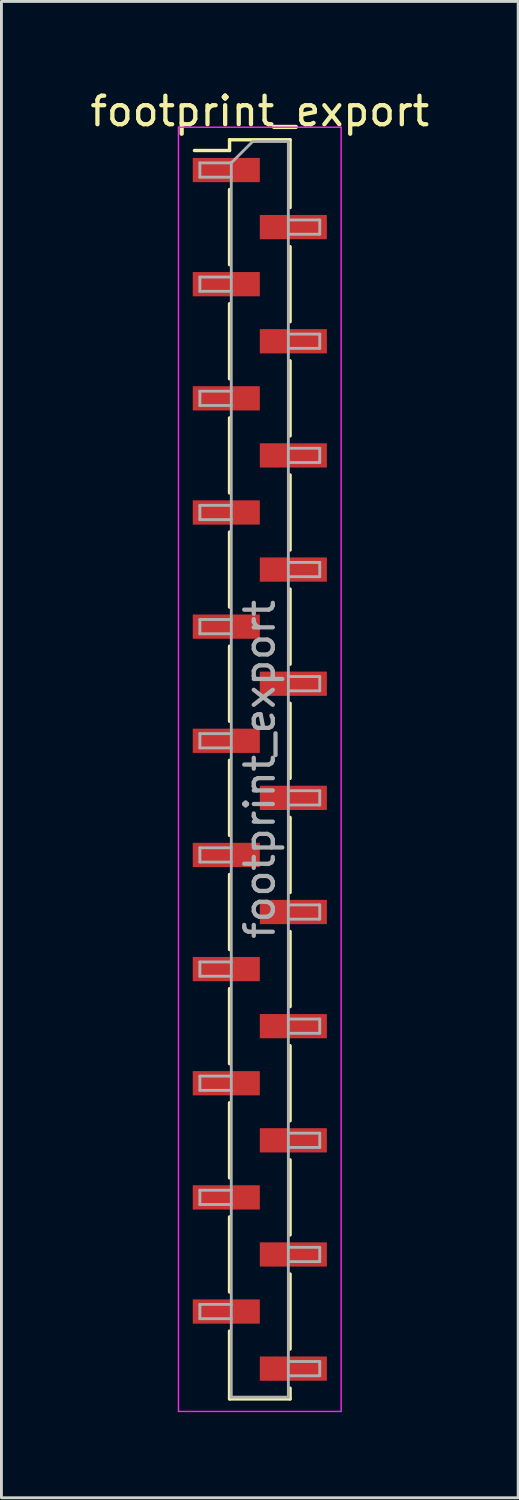
<source format=kicad_pcb>
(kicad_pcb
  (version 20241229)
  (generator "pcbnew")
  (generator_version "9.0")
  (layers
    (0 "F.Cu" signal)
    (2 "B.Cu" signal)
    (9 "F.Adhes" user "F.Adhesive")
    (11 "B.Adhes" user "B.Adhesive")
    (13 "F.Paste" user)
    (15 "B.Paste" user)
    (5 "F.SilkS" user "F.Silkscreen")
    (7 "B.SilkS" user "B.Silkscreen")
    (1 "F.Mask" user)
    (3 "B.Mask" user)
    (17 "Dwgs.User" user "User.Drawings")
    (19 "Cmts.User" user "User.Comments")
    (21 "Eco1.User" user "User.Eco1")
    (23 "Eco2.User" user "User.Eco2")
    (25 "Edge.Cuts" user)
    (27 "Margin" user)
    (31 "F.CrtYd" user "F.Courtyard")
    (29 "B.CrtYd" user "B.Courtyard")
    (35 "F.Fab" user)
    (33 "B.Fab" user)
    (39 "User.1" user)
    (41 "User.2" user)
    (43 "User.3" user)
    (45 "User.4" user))
  (footprint "footprint_export"
    (layer "F.Cu")
    (at 6.054 23.908)
    (property "Reference" "footprint_export" (at 0 -23.06 0) (layer "F.SilkS") (effects (font (size 1 1) (thickness 0.15))))
    (attr smd)
    (fp_line (start -1.06 -22.06) (end -1.06 -21.685) (stroke (width 0.12) (type solid)) (layer "F.SilkS"))
    (fp_line (start -1.06 -22.06) (end 1.06 -22.06) (stroke (width 0.12) (type solid)) (layer "F.SilkS"))
    (fp_line (start -1.06 -21.685) (end -2.29 -21.685) (stroke (width 0.12) (type solid)) (layer "F.SilkS"))
    (fp_line (start -1.06 -20.315) (end -1.06 -17.685) (stroke (width 0.12) (type solid)) (layer "F.SilkS"))
    (fp_line (start -1.06 -16.315) (end -1.06 -13.685) (stroke (width 0.12) (type solid)) (layer "F.SilkS"))
    (fp_line (start -1.06 -12.315) (end -1.06 -9.685) (stroke (width 0.12) (type solid)) (layer "F.SilkS"))
    (fp_line (start -1.06 -8.315) (end -1.06 -5.685) (stroke (width 0.12) (type solid)) (layer "F.SilkS"))
    (fp_line (start -1.06 -4.315) (end -1.06 -1.685) (stroke (width 0.12) (type solid)) (layer "F.SilkS"))
    (fp_line (start -1.06 -0.315) (end -1.06 2.315) (stroke (width 0.12) (type solid)) (layer "F.SilkS"))
    (fp_line (start -1.06 3.685) (end -1.06 6.315) (stroke (width 0.12) (type solid)) (layer "F.SilkS"))
    (fp_line (start -1.06 7.685) (end -1.06 10.315) (stroke (width 0.12) (type solid)) (layer "F.SilkS"))
    (fp_line (start -1.06 11.685) (end -1.06 14.315) (stroke (width 0.12) (type solid)) (layer "F.SilkS"))
    (fp_line (start -1.06 15.685) (end -1.06 18.315) (stroke (width 0.12) (type solid)) (layer "F.SilkS"))
    (fp_line (start -1.06 19.685) (end -1.06 22.06) (stroke (width 0.12) (type solid)) (layer "F.SilkS"))
    (fp_line (start -1.06 22.06) (end 1.06 22.06) (stroke (width 0.12) (type solid)) (layer "F.SilkS"))
    (fp_line (start 1.06 -22.06) (end 1.06 -19.685) (stroke (width 0.12) (type solid)) (layer "F.SilkS"))
    (fp_line (start 1.06 -18.315) (end 1.06 -15.685) (stroke (width 0.12) (type solid)) (layer "F.SilkS"))
    (fp_line (start 1.06 -14.315) (end 1.06 -11.685) (stroke (width 0.12) (type solid)) (layer "F.SilkS"))
    (fp_line (start 1.06 -10.315) (end 1.06 -7.685) (stroke (width 0.12) (type solid)) (layer "F.SilkS"))
    (fp_line (start 1.06 -6.315) (end 1.06 -3.685) (stroke (width 0.12) (type solid)) (layer "F.SilkS"))
    (fp_line (start 1.06 -2.315) (end 1.06 0.315) (stroke (width 0.12) (type solid)) (layer "F.SilkS"))
    (fp_line (start 1.06 1.685) (end 1.06 4.315) (stroke (width 0.12) (type solid)) (layer "F.SilkS"))
    (fp_line (start 1.06 5.685) (end 1.06 8.315) (stroke (width 0.12) (type solid)) (layer "F.SilkS"))
    (fp_line (start 1.06 9.685) (end 1.06 12.315) (stroke (width 0.12) (type solid)) (layer "F.SilkS"))
    (fp_line (start 1.06 13.685) (end 1.06 16.315) (stroke (width 0.12) (type solid)) (layer "F.SilkS"))
    (fp_line (start 1.06 17.685) (end 1.06 20.315) (stroke (width 0.12) (type solid)) (layer "F.SilkS"))
    (fp_line (start 1.06 21.685) (end 1.06 22.06) (stroke (width 0.12) (type solid)) (layer "F.SilkS"))
    (fp_line (start -2.85 -22.5) (end -2.85 22.5) (stroke (width 0.05) (type solid)) (layer "F.CrtYd"))
    (fp_line (start -2.85 22.5) (end 2.85 22.5) (stroke (width 0.05) (type solid)) (layer "F.CrtYd"))
    (fp_line (start 2.85 -22.5) (end -2.85 -22.5) (stroke (width 0.05) (type solid)) (layer "F.CrtYd"))
    (fp_line (start 2.85 22.5) (end 2.85 -22.5) (stroke (width 0.05) (type solid)) (layer "F.CrtYd"))
    (fp_line (start -2.1 -21.25) (end -2.1 -20.75) (stroke (width 0.1) (type solid)) (layer "F.Fab"))
    (fp_line (start -2.1 -20.75) (end -1 -20.75) (stroke (width 0.1) (type solid)) (layer "F.Fab"))
    (fp_line (start -2.1 -17.25) (end -2.1 -16.75) (stroke (width 0.1) (type solid)) (layer "F.Fab"))
    (fp_line (start -2.1 -16.75) (end -1 -16.75) (stroke (width 0.1) (type solid)) (layer "F.Fab"))
    (fp_line (start -2.1 -13.25) (end -2.1 -12.75) (stroke (width 0.1) (type solid)) (layer "F.Fab"))
    (fp_line (start -2.1 -12.75) (end -1 -12.75) (stroke (width 0.1) (type solid)) (layer "F.Fab"))
    (fp_line (start -2.1 -9.25) (end -2.1 -8.75) (stroke (width 0.1) (type solid)) (layer "F.Fab"))
    (fp_line (start -2.1 -8.75) (end -1 -8.75) (stroke (width 0.1) (type solid)) (layer "F.Fab"))
    (fp_line (start -2.1 -5.25) (end -2.1 -4.75) (stroke (width 0.1) (type solid)) (layer "F.Fab"))
    (fp_line (start -2.1 -4.75) (end -1 -4.75) (stroke (width 0.1) (type solid)) (layer "F.Fab"))
    (fp_line (start -2.1 -1.25) (end -2.1 -0.75) (stroke (width 0.1) (type solid)) (layer "F.Fab"))
    (fp_line (start -2.1 -0.75) (end -1 -0.75) (stroke (width 0.1) (type solid)) (layer "F.Fab"))
    (fp_line (start -2.1 2.75) (end -2.1 3.25) (stroke (width 0.1) (type solid)) (layer "F.Fab"))
    (fp_line (start -2.1 3.25) (end -1 3.25) (stroke (width 0.1) (type solid)) (layer "F.Fab"))
    (fp_line (start -2.1 6.75) (end -2.1 7.25) (stroke (width 0.1) (type solid)) (layer "F.Fab"))
    (fp_line (start -2.1 7.25) (end -1 7.25) (stroke (width 0.1) (type solid)) (layer "F.Fab"))
    (fp_line (start -2.1 10.75) (end -2.1 11.25) (stroke (width 0.1) (type solid)) (layer "F.Fab"))
    (fp_line (start -2.1 11.25) (end -1 11.25) (stroke (width 0.1) (type solid)) (layer "F.Fab"))
    (fp_line (start -2.1 14.75) (end -2.1 15.25) (stroke (width 0.1) (type solid)) (layer "F.Fab"))
    (fp_line (start -2.1 15.25) (end -1 15.25) (stroke (width 0.1) (type solid)) (layer "F.Fab"))
    (fp_line (start -2.1 18.75) (end -2.1 19.25) (stroke (width 0.1) (type solid)) (layer "F.Fab"))
    (fp_line (start -2.1 19.25) (end -1 19.25) (stroke (width 0.1) (type solid)) (layer "F.Fab"))
    (fp_line (start -1 -21.25) (end -2.1 -21.25) (stroke (width 0.1) (type solid)) (layer "F.Fab"))
    (fp_line (start -1 -21.25) (end -0.25 -22) (stroke (width 0.1) (type solid)) (layer "F.Fab"))
    (fp_line (start -1 -17.25) (end -2.1 -17.25) (stroke (width 0.1) (type solid)) (layer "F.Fab"))
    (fp_line (start -1 -13.25) (end -2.1 -13.25) (stroke (width 0.1) (type solid)) (layer "F.Fab"))
    (fp_line (start -1 -9.25) (end -2.1 -9.25) (stroke (width 0.1) (type solid)) (layer "F.Fab"))
    (fp_line (start -1 -5.25) (end -2.1 -5.25) (stroke (width 0.1) (type solid)) (layer "F.Fab"))
    (fp_line (start -1 -1.25) (end -2.1 -1.25) (stroke (width 0.1) (type solid)) (layer "F.Fab"))
    (fp_line (start -1 2.75) (end -2.1 2.75) (stroke (width 0.1) (type solid)) (layer "F.Fab"))
    (fp_line (start -1 6.75) (end -2.1 6.75) (stroke (width 0.1) (type solid)) (layer "F.Fab"))
    (fp_line (start -1 10.75) (end -2.1 10.75) (stroke (width 0.1) (type solid)) (layer "F.Fab"))
    (fp_line (start -1 14.75) (end -2.1 14.75) (stroke (width 0.1) (type solid)) (layer "F.Fab"))
    (fp_line (start -1 18.75) (end -2.1 18.75) (stroke (width 0.1) (type solid)) (layer "F.Fab"))
    (fp_line (start -1 22) (end -1 -21.25) (stroke (width 0.1) (type solid)) (layer "F.Fab"))
    (fp_line (start -0.25 -22) (end 1 -22) (stroke (width 0.1) (type solid)) (layer "F.Fab"))
    (fp_line (start 1 -22) (end 1 22) (stroke (width 0.1) (type solid)) (layer "F.Fab"))
    (fp_line (start 1 -19.25) (end 2.1 -19.25) (stroke (width 0.1) (type solid)) (layer "F.Fab"))
    (fp_line (start 1 -15.25) (end 2.1 -15.25) (stroke (width 0.1) (type solid)) (layer "F.Fab"))
    (fp_line (start 1 -11.25) (end 2.1 -11.25) (stroke (width 0.1) (type solid)) (layer "F.Fab"))
    (fp_line (start 1 -7.25) (end 2.1 -7.25) (stroke (width 0.1) (type solid)) (layer "F.Fab"))
    (fp_line (start 1 -3.25) (end 2.1 -3.25) (stroke (width 0.1) (type solid)) (layer "F.Fab"))
    (fp_line (start 1 0.75) (end 2.1 0.75) (stroke (width 0.1) (type solid)) (layer "F.Fab"))
    (fp_line (start 1 4.75) (end 2.1 4.75) (stroke (width 0.1) (type solid)) (layer "F.Fab"))
    (fp_line (start 1 8.75) (end 2.1 8.75) (stroke (width 0.1) (type solid)) (layer "F.Fab"))
    (fp_line (start 1 12.75) (end 2.1 12.75) (stroke (width 0.1) (type solid)) (layer "F.Fab"))
    (fp_line (start 1 16.75) (end 2.1 16.75) (stroke (width 0.1) (type solid)) (layer "F.Fab"))
    (fp_line (start 1 20.75) (end 2.1 20.75) (stroke (width 0.1) (type solid)) (layer "F.Fab"))
    (fp_line (start 1 22) (end -1 22) (stroke (width 0.1) (type solid)) (layer "F.Fab"))
    (fp_line (start 2.1 -19.25) (end 2.1 -18.75) (stroke (width 0.1) (type solid)) (layer "F.Fab"))
    (fp_line (start 2.1 -18.75) (end 1 -18.75) (stroke (width 0.1) (type solid)) (layer "F.Fab"))
    (fp_line (start 2.1 -15.25) (end 2.1 -14.75) (stroke (width 0.1) (type solid)) (layer "F.Fab"))
    (fp_line (start 2.1 -14.75) (end 1 -14.75) (stroke (width 0.1) (type solid)) (layer "F.Fab"))
    (fp_line (start 2.1 -11.25) (end 2.1 -10.75) (stroke (width 0.1) (type solid)) (layer "F.Fab"))
    (fp_line (start 2.1 -10.75) (end 1 -10.75) (stroke (width 0.1) (type solid)) (layer "F.Fab"))
    (fp_line (start 2.1 -7.25) (end 2.1 -6.75) (stroke (width 0.1) (type solid)) (layer "F.Fab"))
    (fp_line (start 2.1 -6.75) (end 1 -6.75) (stroke (width 0.1) (type solid)) (layer "F.Fab"))
    (fp_line (start 2.1 -3.25) (end 2.1 -2.75) (stroke (width 0.1) (type solid)) (layer "F.Fab"))
    (fp_line (start 2.1 -2.75) (end 1 -2.75) (stroke (width 0.1) (type solid)) (layer "F.Fab"))
    (fp_line (start 2.1 0.75) (end 2.1 1.25) (stroke (width 0.1) (type solid)) (layer "F.Fab"))
    (fp_line (start 2.1 1.25) (end 1 1.25) (stroke (width 0.1) (type solid)) (layer "F.Fab"))
    (fp_line (start 2.1 4.75) (end 2.1 5.25) (stroke (width 0.1) (type solid)) (layer "F.Fab"))
    (fp_line (start 2.1 5.25) (end 1 5.25) (stroke (width 0.1) (type solid)) (layer "F.Fab"))
    (fp_line (start 2.1 8.75) (end 2.1 9.25) (stroke (width 0.1) (type solid)) (layer "F.Fab"))
    (fp_line (start 2.1 9.25) (end 1 9.25) (stroke (width 0.1) (type solid)) (layer "F.Fab"))
    (fp_line (start 2.1 12.75) (end 2.1 13.25) (stroke (width 0.1) (type solid)) (layer "F.Fab"))
    (fp_line (start 2.1 13.25) (end 1 13.25) (stroke (width 0.1) (type solid)) (layer "F.Fab"))
    (fp_line (start 2.1 16.75) (end 2.1 17.25) (stroke (width 0.1) (type solid)) (layer "F.Fab"))
    (fp_line (start 2.1 17.25) (end 1 17.25) (stroke (width 0.1) (type solid)) (layer "F.Fab"))
    (fp_line (start 2.1 20.75) (end 2.1 21.25) (stroke (width 0.1) (type solid)) (layer "F.Fab"))
    (fp_line (start 2.1 21.25) (end 1 21.25) (stroke (width 0.1) (type solid)) (layer "F.Fab"))
    (fp_text user "${REFERENCE}" (at 0 0 90) (layer "F.Fab") (effects (font (size 1 1) (thickness 0.15))))
    (pad "1" smd rect (at -1.175 -21) (size 2.35 0.85) (layers "F.Cu" "F.Mask" "F.Paste"))
    (pad "2" smd rect (at 1.175 -19) (size 2.35 0.85) (layers "F.Cu" "F.Mask" "F.Paste"))
    (pad "3" smd rect (at -1.175 -17) (size 2.35 0.85) (layers "F.Cu" "F.Mask" "F.Paste"))
    (pad "4" smd rect (at 1.175 -15) (size 2.35 0.85) (layers "F.Cu" "F.Mask" "F.Paste"))
    (pad "5" smd rect (at -1.175 -13) (size 2.35 0.85) (layers "F.Cu" "F.Mask" "F.Paste"))
    (pad "6" smd rect (at 1.175 -11) (size 2.35 0.85) (layers "F.Cu" "F.Mask" "F.Paste"))
    (pad "7" smd rect (at -1.175 -9) (size 2.35 0.85) (layers "F.Cu" "F.Mask" "F.Paste"))
    (pad "8" smd rect (at 1.175 -7) (size 2.35 0.85) (layers "F.Cu" "F.Mask" "F.Paste"))
    (pad "9" smd rect (at -1.175 -5) (size 2.35 0.85) (layers "F.Cu" "F.Mask" "F.Paste"))
    (pad "10" smd rect (at 1.175 -3) (size 2.35 0.85) (layers "F.Cu" "F.Mask" "F.Paste"))
    (pad "11" smd rect (at -1.175 -1) (size 2.35 0.85) (layers "F.Cu" "F.Mask" "F.Paste"))
    (pad "12" smd rect (at 1.175 1) (size 2.35 0.85) (layers "F.Cu" "F.Mask" "F.Paste"))
    (pad "13" smd rect (at -1.175 3) (size 2.35 0.85) (layers "F.Cu" "F.Mask" "F.Paste"))
    (pad "14" smd rect (at 1.175 5) (size 2.35 0.85) (layers "F.Cu" "F.Mask" "F.Paste"))
    (pad "15" smd rect (at -1.175 7) (size 2.35 0.85) (layers "F.Cu" "F.Mask" "F.Paste"))
    (pad "16" smd rect (at 1.175 9) (size 2.35 0.85) (layers "F.Cu" "F.Mask" "F.Paste"))
    (pad "17" smd rect (at -1.175 11) (size 2.35 0.85) (layers "F.Cu" "F.Mask" "F.Paste"))
    (pad "18" smd rect (at 1.175 13) (size 2.35 0.85) (layers "F.Cu" "F.Mask" "F.Paste"))
    (pad "19" smd rect (at -1.175 15) (size 2.35 0.85) (layers "F.Cu" "F.Mask" "F.Paste"))
    (pad "20" smd rect (at 1.175 17) (size 2.35 0.85) (layers "F.Cu" "F.Mask" "F.Paste"))
    (pad "21" smd rect (at -1.175 19) (size 2.35 0.85) (layers "F.Cu" "F.Mask" "F.Paste"))
    (pad "22" smd rect (at 1.175 21) (size 2.35 0.85) (layers "F.Cu" "F.Mask" "F.Paste")))
  (gr_rect
    (start -3 -3)
    (end 15.107 49.433)
    (stroke (width 0.1) (type default))
    (fill no)
    (layer "Edge.Cuts")))
</source>
